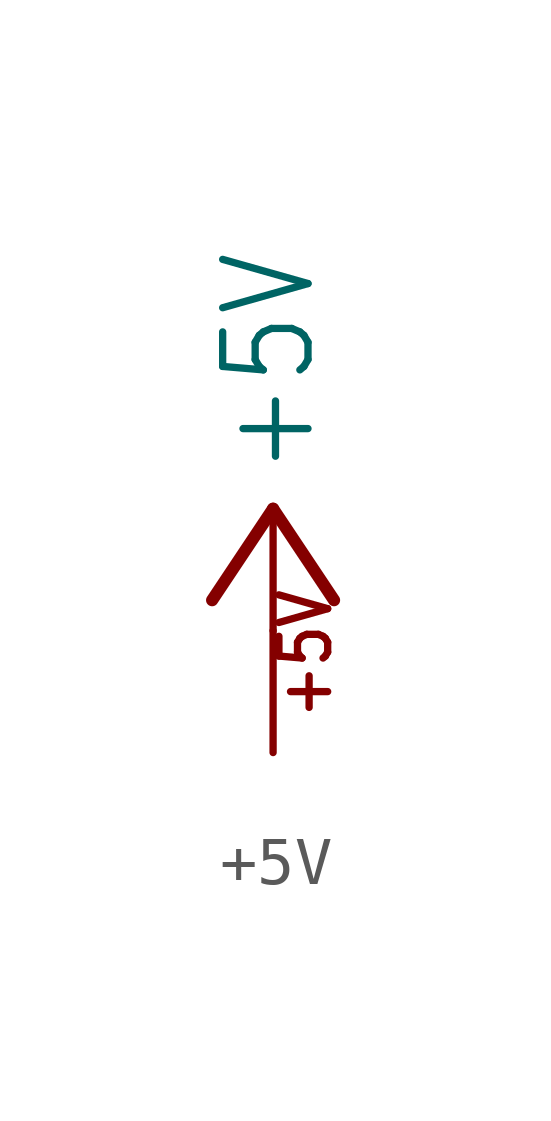
<source format=kicad_sym>
(kicad_symbol_lib
  (version 20211014)
  (generator kicad_symbol_editor)
  (symbol "+5V"
    (power)
    (property "Reference" ""
      (at 0 0 0)
      (effects (font (size 1.27 1.27)) hide))
    (property "Value" "+5V"
      (at 0.953 3.175 90)
      (effects (font (size 1.778 1.511)) (justify left bottom)))
    (property "ki_locked" ""
      (at 0 0 0)
      (effects (font (size 1.27 1.27))))
    (symbol "+5V_1_0"
      (polyline (pts (xy -1.27 0.635) (xy 0 2.54)) (stroke (width 0.254) (type default) (color 0 0 0 0)) (fill (type none)))
      (polyline (pts (xy 0 0.0001) (xy 0 2.54)) (stroke (width 0.152) (type default) (color 0 0 0 0)) (fill (type none)))
      (polyline (pts (xy 0 2.54) (xy 1.27 0.635)) (stroke (width 0.254) (type default) (color 0 0 0 0)) (fill (type none)))
      (text "+5V" (at 1.27 -1.905 900) (effects (font (size 1.016 0.864)) (justify left bottom)))
      (pin power_in line (at 0 -2.54 90) (length 2.54) (name "+5V" (effects (font (size 0 0)))) (number "1" (effects (font (size 0 0))))))))
</source>
